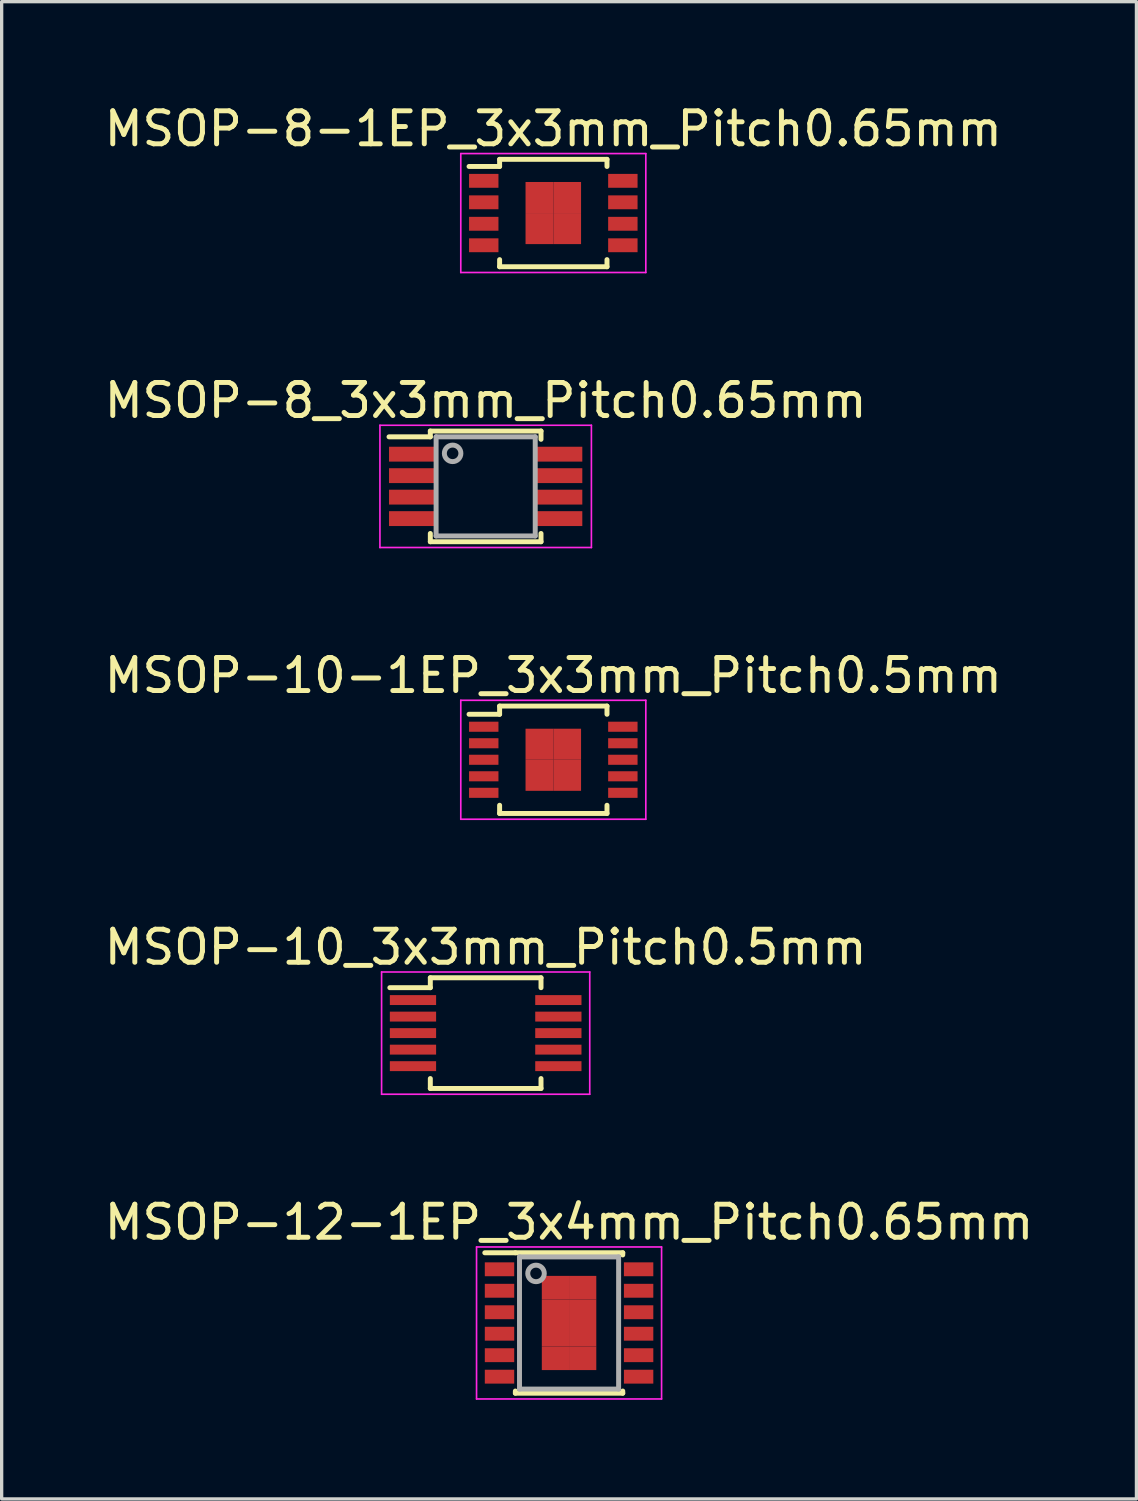
<source format=kicad_pcb>
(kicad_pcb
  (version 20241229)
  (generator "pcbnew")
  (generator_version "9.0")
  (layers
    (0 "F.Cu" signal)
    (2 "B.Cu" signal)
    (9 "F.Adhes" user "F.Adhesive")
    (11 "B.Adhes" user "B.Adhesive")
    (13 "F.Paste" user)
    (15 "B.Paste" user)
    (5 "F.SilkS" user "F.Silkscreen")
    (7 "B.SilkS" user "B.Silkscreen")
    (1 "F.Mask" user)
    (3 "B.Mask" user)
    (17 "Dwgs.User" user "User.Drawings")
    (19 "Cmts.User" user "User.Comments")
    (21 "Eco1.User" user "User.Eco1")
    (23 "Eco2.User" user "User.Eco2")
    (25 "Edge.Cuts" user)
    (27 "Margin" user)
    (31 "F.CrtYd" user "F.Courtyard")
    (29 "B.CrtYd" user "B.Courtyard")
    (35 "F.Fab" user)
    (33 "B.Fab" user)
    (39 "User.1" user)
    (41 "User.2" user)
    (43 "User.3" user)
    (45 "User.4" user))
  (footprint "MSOP-12-1EP_3x4mm_Pitch0.65mm"
    (layer "F.Cu")
    (at 14.173 36.991)
    (property "Reference" "MSOP-12-1EP_3x4mm_Pitch0.65mm" (at 0 -3.05 0) (layer "F.SilkS") (effects (font (size 1 1) (thickness 0.15))))
    (attr smd)
    (fp_line (start -1.625 -2.125) (end -2.55 -2.125) (stroke (width 0.15) (type solid)) (layer "F.SilkS"))
    (fp_line (start -1.625 -2.125) (end 1.625 -2.125) (stroke (width 0.15) (type solid)) (layer "F.SilkS"))
    (fp_line (start -1.625 2.125) (end -1.625 2.06) (stroke (width 0.15) (type solid)) (layer "F.SilkS"))
    (fp_line (start -1.625 2.125) (end 1.625 2.125) (stroke (width 0.15) (type solid)) (layer "F.SilkS"))
    (fp_line (start 1.625 -2.125) (end 1.625 -2.06) (stroke (width 0.15) (type solid)) (layer "F.SilkS"))
    (fp_line (start 1.625 2.125) (end 1.625 2.06) (stroke (width 0.15) (type solid)) (layer "F.SilkS"))
    (fp_line (start -2.8 -2.3) (end -2.8 2.3) (stroke (width 0.05) (type solid)) (layer "F.CrtYd"))
    (fp_line (start -2.8 -2.3) (end 2.8 -2.3) (stroke (width 0.05) (type solid)) (layer "F.CrtYd"))
    (fp_line (start -2.8 2.3) (end 2.8 2.3) (stroke (width 0.05) (type solid)) (layer "F.CrtYd"))
    (fp_line (start 2.8 -2.3) (end 2.8 2.3) (stroke (width 0.05) (type solid)) (layer "F.CrtYd"))
    (fp_line (start -1.5 -2) (end 1.5 -2) (stroke (width 0.15) (type solid)) (layer "F.Fab"))
    (fp_line (start -1.5 2) (end -1.5 -2) (stroke (width 0.15) (type solid)) (layer "F.Fab"))
    (fp_line (start 1.5 -2) (end 1.5 2) (stroke (width 0.15) (type solid)) (layer "F.Fab"))
    (fp_line (start 1.5 2) (end -1.5 2) (stroke (width 0.15) (type solid)) (layer "F.Fab"))
    (fp_circle (center -1 -1.5) (end -1.25 -1.5) (stroke (width 0.15) (type solid)) (fill no) (layer "F.Fab"))
    (pad "1" smd rect (at -2.105 -1.625) (size 0.89 0.42) (layers "F.Cu" "F.Mask" "F.Paste"))
    (pad "2" smd rect (at -2.105 -0.975) (size 0.89 0.42) (layers "F.Cu" "F.Mask" "F.Paste"))
    (pad "3" smd rect (at -2.105 -0.325) (size 0.89 0.42) (layers "F.Cu" "F.Mask" "F.Paste"))
    (pad "4" smd rect (at -2.105 0.325) (size 0.89 0.42) (layers "F.Cu" "F.Mask" "F.Paste"))
    (pad "5" smd rect (at -2.105 0.975) (size 0.89 0.42) (layers "F.Cu" "F.Mask" "F.Paste"))
    (pad "6" smd rect (at -2.105 1.625) (size 0.89 0.42) (layers "F.Cu" "F.Mask" "F.Paste"))
    (pad "7" smd rect (at 2.105 1.625) (size 0.89 0.42) (layers "F.Cu" "F.Mask" "F.Paste"))
    (pad "8" smd rect (at 2.105 0.975) (size 0.89 0.42) (layers "F.Cu" "F.Mask" "F.Paste"))
    (pad "9" smd rect (at 2.105 0.325) (size 0.89 0.42) (layers "F.Cu" "F.Mask" "F.Paste"))
    (pad "10" smd rect (at 2.105 -0.325) (size 0.89 0.42) (layers "F.Cu" "F.Mask" "F.Paste"))
    (pad "11" smd rect (at 2.105 -0.975) (size 0.89 0.42) (layers "F.Cu" "F.Mask" "F.Paste"))
    (pad "12" smd rect (at 2.105 -1.625) (size 0.89 0.42) (layers "F.Cu" "F.Mask" "F.Paste"))
    (pad "13" smd rect (at -0.412 -1.069) (size 0.825 0.713) (layers "F.Cu" "F.Mask" "F.Paste"))
    (pad "13" smd rect (at -0.412 -0.356) (size 0.825 0.713) (layers "F.Cu" "F.Mask" "F.Paste"))
    (pad "13" smd rect (at -0.412 0.356) (size 0.825 0.713) (layers "F.Cu" "F.Mask" "F.Paste"))
    (pad "13" smd rect (at -0.412 1.069) (size 0.825 0.713) (layers "F.Cu" "F.Mask" "F.Paste"))
    (pad "13" smd rect (at 0.412 -1.069) (size 0.825 0.713) (layers "F.Cu" "F.Mask" "F.Paste"))
    (pad "13" smd rect (at 0.412 -0.356) (size 0.825 0.713) (layers "F.Cu" "F.Mask" "F.Paste"))
    (pad "13" smd rect (at 0.412 0.356) (size 0.825 0.713) (layers "F.Cu" "F.Mask" "F.Paste"))
    (pad "13" smd rect (at 0.412 1.069) (size 0.825 0.713) (layers "F.Cu" "F.Mask" "F.Paste")))
  (footprint "MSOP-10-1EP_3x3mm_Pitch0.5mm"
    (layer "F.Cu")
    (at 13.696 19.945)
    (property "Reference" "MSOP-10-1EP_3x3mm_Pitch0.5mm" (at 0 -2.55 0) (layer "F.SilkS") (effects (font (size 1 1) (thickness 0.15))))
    (attr smd)
    (fp_line (start -1.625 -1.625) (end -1.625 -1.377) (stroke (width 0.15) (type solid)) (layer "F.SilkS"))
    (fp_line (start -1.625 -1.625) (end 1.625 -1.625) (stroke (width 0.15) (type solid)) (layer "F.SilkS"))
    (fp_line (start -1.625 -1.377) (end -2.55 -1.377) (stroke (width 0.15) (type solid)) (layer "F.SilkS"))
    (fp_line (start -1.625 1.625) (end -1.625 1.377) (stroke (width 0.15) (type solid)) (layer "F.SilkS"))
    (fp_line (start -1.625 1.625) (end 1.625 1.625) (stroke (width 0.15) (type solid)) (layer "F.SilkS"))
    (fp_line (start 1.625 -1.625) (end 1.625 -1.377) (stroke (width 0.15) (type solid)) (layer "F.SilkS"))
    (fp_line (start 1.625 1.625) (end 1.625 1.377) (stroke (width 0.15) (type solid)) (layer "F.SilkS"))
    (fp_line (start -2.8 -1.8) (end -2.8 1.8) (stroke (width 0.05) (type solid)) (layer "F.CrtYd"))
    (fp_line (start -2.8 -1.8) (end 2.8 -1.8) (stroke (width 0.05) (type solid)) (layer "F.CrtYd"))
    (fp_line (start -2.8 1.8) (end 2.8 1.8) (stroke (width 0.05) (type solid)) (layer "F.CrtYd"))
    (fp_line (start 2.8 -1.8) (end 2.8 1.8) (stroke (width 0.05) (type solid)) (layer "F.CrtYd"))
    (pad "1" smd rect (at -2.105 -1) (size 0.89 0.305) (layers "F.Cu" "F.Mask" "F.Paste"))
    (pad "2" smd rect (at -2.105 -0.5) (size 0.89 0.305) (layers "F.Cu" "F.Mask" "F.Paste"))
    (pad "3" smd rect (at -2.105 0) (size 0.89 0.305) (layers "F.Cu" "F.Mask" "F.Paste"))
    (pad "4" smd rect (at -2.105 0.5) (size 0.89 0.305) (layers "F.Cu" "F.Mask" "F.Paste"))
    (pad "5" smd rect (at -2.105 1) (size 0.89 0.305) (layers "F.Cu" "F.Mask" "F.Paste"))
    (pad "6" smd rect (at 2.105 1) (size 0.89 0.305) (layers "F.Cu" "F.Mask" "F.Paste"))
    (pad "7" smd rect (at 2.105 0.5) (size 0.89 0.305) (layers "F.Cu" "F.Mask" "F.Paste"))
    (pad "8" smd rect (at 2.105 0) (size 0.89 0.305) (layers "F.Cu" "F.Mask" "F.Paste"))
    (pad "9" smd rect (at 2.105 -0.5) (size 0.89 0.305) (layers "F.Cu" "F.Mask" "F.Paste"))
    (pad "10" smd rect (at 2.105 -1) (size 0.89 0.305) (layers "F.Cu" "F.Mask" "F.Paste"))
    (pad "11" smd rect (at -0.42 -0.47) (size 0.84 0.94) (layers "F.Cu" "F.Mask" "F.Paste"))
    (pad "11" smd rect (at -0.42 0.47) (size 0.84 0.94) (layers "F.Cu" "F.Mask" "F.Paste"))
    (pad "11" smd rect (at 0.42 -0.47) (size 0.84 0.94) (layers "F.Cu" "F.Mask" "F.Paste"))
    (pad "11" smd rect (at 0.42 0.47) (size 0.84 0.94) (layers "F.Cu" "F.Mask" "F.Paste")))
  (footprint "MSOP-8_3x3mm_Pitch0.65mm"
    (layer "F.Cu")
    (at 11.649 11.671)
    (property "Reference" "MSOP-8_3x3mm_Pitch0.65mm" (at 0 -2.6 0) (layer "F.SilkS") (effects (font (size 1 1) (thickness 0.15))))
    (attr smd)
    (fp_line (start -1.675 -1.675) (end -1.675 -1.5) (stroke (width 0.15) (type solid)) (layer "F.SilkS"))
    (fp_line (start -1.675 -1.675) (end 1.675 -1.675) (stroke (width 0.15) (type solid)) (layer "F.SilkS"))
    (fp_line (start -1.675 -1.5) (end -2.925 -1.5) (stroke (width 0.15) (type solid)) (layer "F.SilkS"))
    (fp_line (start -1.675 1.675) (end -1.675 1.425) (stroke (width 0.15) (type solid)) (layer "F.SilkS"))
    (fp_line (start -1.675 1.675) (end 1.675 1.675) (stroke (width 0.15) (type solid)) (layer "F.SilkS"))
    (fp_line (start 1.675 -1.675) (end 1.675 -1.425) (stroke (width 0.15) (type solid)) (layer "F.SilkS"))
    (fp_line (start 1.675 1.675) (end 1.675 1.425) (stroke (width 0.15) (type solid)) (layer "F.SilkS"))
    (fp_line (start -3.2 -1.85) (end -3.2 1.85) (stroke (width 0.05) (type solid)) (layer "F.CrtYd"))
    (fp_line (start -3.2 -1.85) (end 3.2 -1.85) (stroke (width 0.05) (type solid)) (layer "F.CrtYd"))
    (fp_line (start -3.2 1.85) (end 3.2 1.85) (stroke (width 0.05) (type solid)) (layer "F.CrtYd"))
    (fp_line (start 3.2 -1.85) (end 3.2 1.85) (stroke (width 0.05) (type solid)) (layer "F.CrtYd"))
    (fp_line (start -1.5 -1.5) (end 1.5 -1.5) (stroke (width 0.15) (type solid)) (layer "F.Fab"))
    (fp_line (start -1.5 1.5) (end -1.5 -1.5) (stroke (width 0.15) (type solid)) (layer "F.Fab"))
    (fp_line (start 1.5 -1.5) (end 1.5 1.5) (stroke (width 0.15) (type solid)) (layer "F.Fab"))
    (fp_line (start 1.5 1.5) (end -1.5 1.5) (stroke (width 0.15) (type solid)) (layer "F.Fab"))
    (fp_circle (center -1 -1) (end -1.25 -1) (stroke (width 0.15) (type solid)) (fill no) (layer "F.Fab"))
    (pad "1" smd rect (at -2.2 -0.975) (size 1.45 0.45) (layers "F.Cu" "F.Mask" "F.Paste"))
    (pad "2" smd rect (at -2.2 -0.325) (size 1.45 0.45) (layers "F.Cu" "F.Mask" "F.Paste"))
    (pad "3" smd rect (at -2.2 0.325) (size 1.45 0.45) (layers "F.Cu" "F.Mask" "F.Paste"))
    (pad "4" smd rect (at -2.2 0.975) (size 1.45 0.45) (layers "F.Cu" "F.Mask" "F.Paste"))
    (pad "5" smd rect (at 2.2 0.975) (size 1.45 0.45) (layers "F.Cu" "F.Mask" "F.Paste"))
    (pad "6" smd rect (at 2.2 0.325) (size 1.45 0.45) (layers "F.Cu" "F.Mask" "F.Paste"))
    (pad "7" smd rect (at 2.2 -0.325) (size 1.45 0.45) (layers "F.Cu" "F.Mask" "F.Paste"))
    (pad "8" smd rect (at 2.2 -0.975) (size 1.45 0.45) (layers "F.Cu" "F.Mask" "F.Paste")))
  (footprint "MSOP-10_3x3mm_Pitch0.5mm"
    (layer "F.Cu")
    (at 11.649 28.218)
    (property "Reference" "MSOP-10_3x3mm_Pitch0.5mm" (at 0 -2.6 0) (layer "F.SilkS") (effects (font (size 1 1) (thickness 0.15))))
    (attr smd)
    (fp_line (start -1.675 -1.675) (end -1.675 -1.375) (stroke (width 0.15) (type solid)) (layer "F.SilkS"))
    (fp_line (start -1.675 -1.675) (end 1.675 -1.675) (stroke (width 0.15) (type solid)) (layer "F.SilkS"))
    (fp_line (start -1.675 -1.375) (end -2.9 -1.375) (stroke (width 0.15) (type solid)) (layer "F.SilkS"))
    (fp_line (start -1.675 1.675) (end -1.675 1.375) (stroke (width 0.15) (type solid)) (layer "F.SilkS"))
    (fp_line (start -1.675 1.675) (end 1.675 1.675) (stroke (width 0.15) (type solid)) (layer "F.SilkS"))
    (fp_line (start 1.675 -1.675) (end 1.675 -1.375) (stroke (width 0.15) (type solid)) (layer "F.SilkS"))
    (fp_line (start 1.675 1.675) (end 1.675 1.375) (stroke (width 0.15) (type solid)) (layer "F.SilkS"))
    (fp_line (start -3.15 -1.85) (end -3.15 1.85) (stroke (width 0.05) (type solid)) (layer "F.CrtYd"))
    (fp_line (start -3.15 -1.85) (end 3.15 -1.85) (stroke (width 0.05) (type solid)) (layer "F.CrtYd"))
    (fp_line (start -3.15 1.85) (end 3.15 1.85) (stroke (width 0.05) (type solid)) (layer "F.CrtYd"))
    (fp_line (start 3.15 -1.85) (end 3.15 1.85) (stroke (width 0.05) (type solid)) (layer "F.CrtYd"))
    (pad "1" smd rect (at -2.2 -1) (size 1.4 0.3) (layers "F.Cu" "F.Mask" "F.Paste"))
    (pad "2" smd rect (at -2.2 -0.5) (size 1.4 0.3) (layers "F.Cu" "F.Mask" "F.Paste"))
    (pad "3" smd rect (at -2.2 0) (size 1.4 0.3) (layers "F.Cu" "F.Mask" "F.Paste"))
    (pad "4" smd rect (at -2.2 0.5) (size 1.4 0.3) (layers "F.Cu" "F.Mask" "F.Paste"))
    (pad "5" smd rect (at -2.2 1) (size 1.4 0.3) (layers "F.Cu" "F.Mask" "F.Paste"))
    (pad "6" smd rect (at 2.2 1) (size 1.4 0.3) (layers "F.Cu" "F.Mask" "F.Paste"))
    (pad "7" smd rect (at 2.2 0.5) (size 1.4 0.3) (layers "F.Cu" "F.Mask" "F.Paste"))
    (pad "8" smd rect (at 2.2 0) (size 1.4 0.3) (layers "F.Cu" "F.Mask" "F.Paste"))
    (pad "9" smd rect (at 2.2 -0.5) (size 1.4 0.3) (layers "F.Cu" "F.Mask" "F.Paste"))
    (pad "10" smd rect (at 2.2 -1) (size 1.4 0.3) (layers "F.Cu" "F.Mask" "F.Paste")))
  (footprint "MSOP-8-1EP_3x3mm_Pitch0.65mm"
    (layer "F.Cu")
    (at 13.696 3.398)
    (property "Reference" "MSOP-8-1EP_3x3mm_Pitch0.65mm" (at 0 -2.55 0) (layer "F.SilkS") (effects (font (size 1 1) (thickness 0.15))))
    (attr smd)
    (fp_line (start -1.625 -1.625) (end -1.625 -1.41) (stroke (width 0.15) (type solid)) (layer "F.SilkS"))
    (fp_line (start -1.625 -1.625) (end 1.625 -1.625) (stroke (width 0.15) (type solid)) (layer "F.SilkS"))
    (fp_line (start -1.625 -1.41) (end -2.55 -1.41) (stroke (width 0.15) (type solid)) (layer "F.SilkS"))
    (fp_line (start -1.625 1.625) (end -1.625 1.41) (stroke (width 0.15) (type solid)) (layer "F.SilkS"))
    (fp_line (start -1.625 1.625) (end 1.625 1.625) (stroke (width 0.15) (type solid)) (layer "F.SilkS"))
    (fp_line (start 1.625 -1.625) (end 1.625 -1.41) (stroke (width 0.15) (type solid)) (layer "F.SilkS"))
    (fp_line (start 1.625 1.625) (end 1.625 1.41) (stroke (width 0.15) (type solid)) (layer "F.SilkS"))
    (fp_line (start -2.8 -1.8) (end -2.8 1.8) (stroke (width 0.05) (type solid)) (layer "F.CrtYd"))
    (fp_line (start -2.8 -1.8) (end 2.8 -1.8) (stroke (width 0.05) (type solid)) (layer "F.CrtYd"))
    (fp_line (start -2.8 1.8) (end 2.8 1.8) (stroke (width 0.05) (type solid)) (layer "F.CrtYd"))
    (fp_line (start 2.8 -1.8) (end 2.8 1.8) (stroke (width 0.05) (type solid)) (layer "F.CrtYd"))
    (pad "1" smd rect (at -2.105 -0.975) (size 0.89 0.42) (layers "F.Cu" "F.Mask" "F.Paste"))
    (pad "2" smd rect (at -2.105 -0.325) (size 0.89 0.42) (layers "F.Cu" "F.Mask" "F.Paste"))
    (pad "3" smd rect (at -2.105 0.325) (size 0.89 0.42) (layers "F.Cu" "F.Mask" "F.Paste"))
    (pad "4" smd rect (at -2.105 0.975) (size 0.89 0.42) (layers "F.Cu" "F.Mask" "F.Paste"))
    (pad "5" smd rect (at 2.105 0.975) (size 0.89 0.42) (layers "F.Cu" "F.Mask" "F.Paste"))
    (pad "6" smd rect (at 2.105 0.325) (size 0.89 0.42) (layers "F.Cu" "F.Mask" "F.Paste"))
    (pad "7" smd rect (at 2.105 -0.325) (size 0.89 0.42) (layers "F.Cu" "F.Mask" "F.Paste"))
    (pad "8" smd rect (at 2.105 -0.975) (size 0.89 0.42) (layers "F.Cu" "F.Mask" "F.Paste"))
    (pad "9" smd rect (at -0.42 -0.47) (size 0.84 0.94) (layers "F.Cu" "F.Mask" "F.Paste"))
    (pad "9" smd rect (at -0.42 0.47) (size 0.84 0.94) (layers "F.Cu" "F.Mask" "F.Paste"))
    (pad "9" smd rect (at 0.42 -0.47) (size 0.84 0.94) (layers "F.Cu" "F.Mask" "F.Paste"))
    (pad "9" smd rect (at 0.42 0.47) (size 0.84 0.94) (layers "F.Cu" "F.Mask" "F.Paste")))
  (gr_rect
    (start -3 -3)
    (end 31.345 42.316)
    (stroke (width 0.1) (type default))
    (fill no)
    (layer "Edge.Cuts")))
</source>
